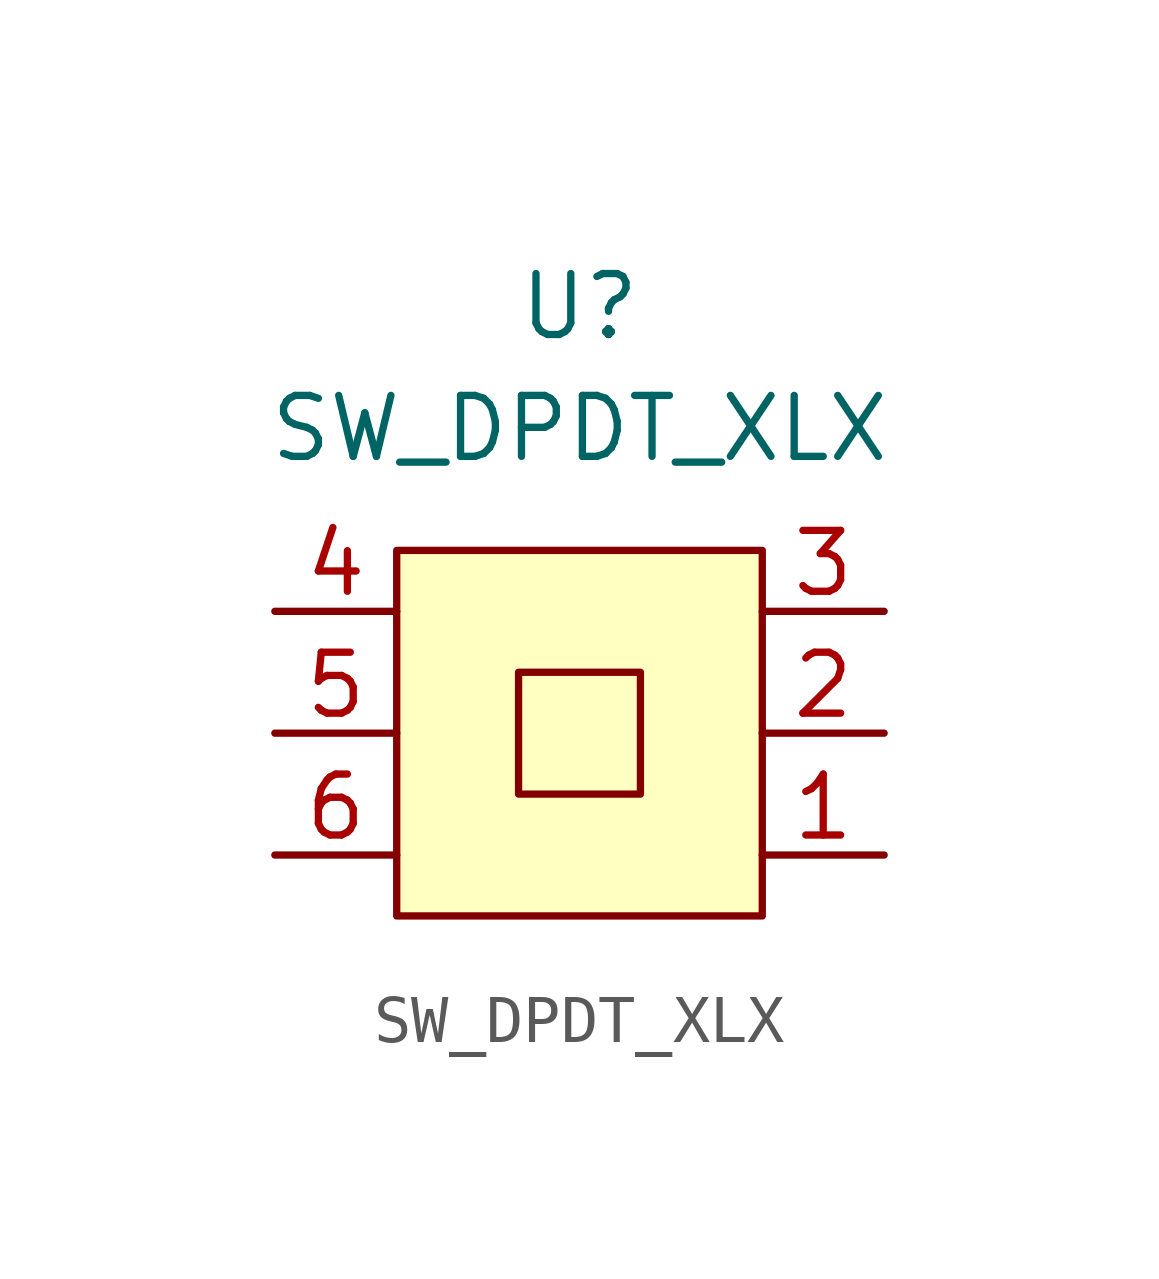
<source format=kicad_sym>
(kicad_symbol_lib
  (version 20241209)
  (generator "kicad_symbol_editor")
  (generator_version "9.0")
  (symbol "SW_DPDT_XLX"
    (pin_names
      (offset 1.016))
    (property "Reference" "U"
      (at 0 5.08 0)
      (effects (font (size 1.27 1.27))))
    (property "Value" "SW_DPDT_XLX"
      (at 0 2.54 0)
      (effects (font (size 1.27 1.27))))
    (symbol "SW_DPDT_XLX_0_1"
      (rectangle (start -3.81 0) (end 3.81 -7.62) (stroke (width 0) (type solid)) (fill (type background)))
      (polyline (pts (xy -1.27 -2.54) (xy 1.27 -2.54) (xy 1.27 -5.08) (xy -1.27 -5.08) (xy -1.27 -2.54)) (stroke (width 0) (type solid)) (fill (type none))))
    (symbol "SW_DPDT_XLX_1_1"
      (pin input line (at -6.35 -1.27 0) (length 2.54) (name "~" (effects (font (size 1.27 1.27)))) (number "4" (effects (font (size 1.27 1.27)))))
      (pin input line (at -6.35 -3.81 0) (length 2.54) (name "~" (effects (font (size 1.27 1.27)))) (number "5" (effects (font (size 1.27 1.27)))))
      (pin input line (at -6.35 -6.35 0) (length 2.54) (name "~" (effects (font (size 1.27 1.27)))) (number "6" (effects (font (size 1.27 1.27)))))
      (pin input line (at 6.35 -1.27 180) (length 2.54) (name "~" (effects (font (size 1.27 1.27)))) (number "3" (effects (font (size 1.27 1.27)))))
      (pin input line (at 6.35 -3.81 180) (length 2.54) (name "~" (effects (font (size 1.27 1.27)))) (number "2" (effects (font (size 1.27 1.27)))))
      (pin input line (at 6.35 -6.35 180) (length 2.54) (name "~" (effects (font (size 1.27 1.27)))) (number "1" (effects (font (size 1.27 1.27))))))))
</source>
